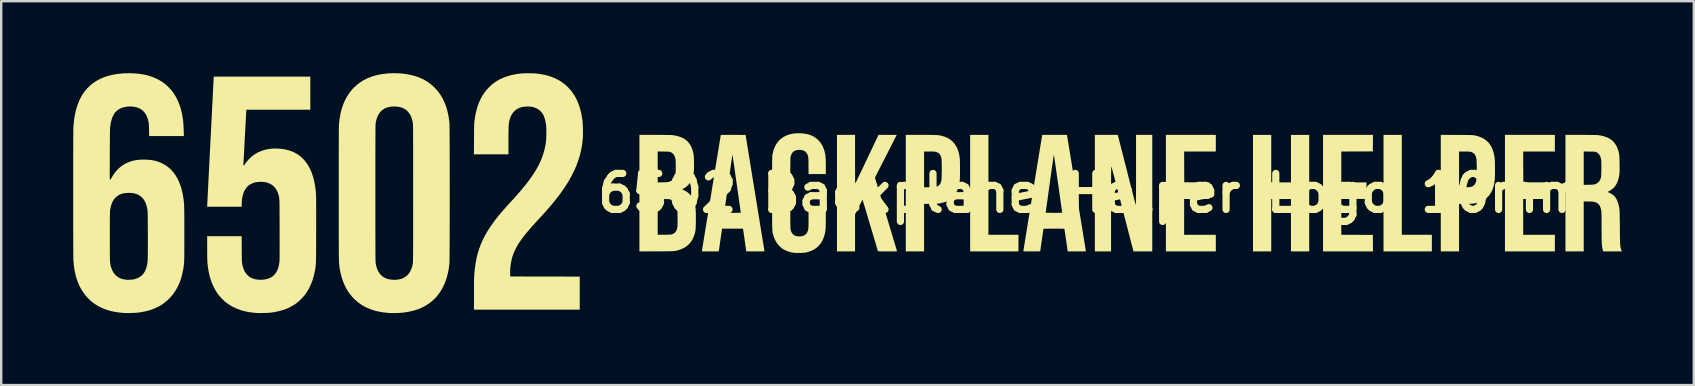
<source format=kicad_pcb>
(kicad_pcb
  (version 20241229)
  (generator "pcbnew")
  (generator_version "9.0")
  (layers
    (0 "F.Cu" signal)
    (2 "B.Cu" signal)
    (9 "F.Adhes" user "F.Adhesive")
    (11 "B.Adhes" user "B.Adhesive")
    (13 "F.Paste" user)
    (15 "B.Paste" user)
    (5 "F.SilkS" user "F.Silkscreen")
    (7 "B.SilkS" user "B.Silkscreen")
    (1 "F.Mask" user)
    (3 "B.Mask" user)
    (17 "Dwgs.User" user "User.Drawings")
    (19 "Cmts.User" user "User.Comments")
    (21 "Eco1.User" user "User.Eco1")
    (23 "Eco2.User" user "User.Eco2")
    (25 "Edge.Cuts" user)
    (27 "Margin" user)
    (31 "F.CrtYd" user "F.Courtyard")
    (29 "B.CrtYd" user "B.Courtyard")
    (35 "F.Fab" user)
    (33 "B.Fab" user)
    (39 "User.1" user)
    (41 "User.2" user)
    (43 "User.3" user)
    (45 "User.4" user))
  (footprint "6502 Backplane Helper Logo 10mm"
    (layer "F.Cu")
    (at 42.474 4.999)
    (property "Reference" "6502 Backplane Helper Logo 10mm" (at 0 0 0) (layer "F.SilkS") (effects (font (size 1.5 1.5) (thickness 0.3))))
    (attr board_only exclude_from_pos_files exclude_from_bom)
    (fp_poly (pts (xy -4.332 -0.347) (xy -4.332 1.735) (xy -3.706 1.735) (xy -3.08 1.735) (xy -3.08 2.081) (xy -3.08 2.428) (xy -4.087 2.428) (xy -5.094 2.428) (xy -5.094 0) (xy -5.094 -2.428) (xy -4.713 -2.428) (xy -4.332 -2.428)) (stroke (width 0) (type solid)) (fill yes) (layer "F.SilkS"))
    (fp_poly (pts (xy 12.895 -0.347) (xy 12.895 1.735) (xy 13.521 1.735) (xy 14.147 1.735) (xy 14.147 2.081) (xy 14.147 2.428) (xy 13.14 2.428) (xy 12.133 2.428) (xy 12.133 0) (xy 12.133 -2.428) (xy 12.514 -2.428) (xy 12.895 -2.428)) (stroke (width 0) (type solid)) (fill yes) (layer "F.SilkS"))
    (fp_poly (pts (xy 5.144 -2.081) (xy 5.144 -1.735) (xy 4.484 -1.735) (xy 3.824 -1.735) (xy 3.826 -1.094) (xy 3.829 -0.453) (xy 4.351 -0.45) (xy 4.874 -0.448) (xy 4.874 -0.101) (xy 4.874 0.245) (xy 4.349 0.245) (xy 3.824 0.245) (xy 3.824 0.99) (xy 3.824 1.735) (xy 4.484 1.735) (xy 5.144 1.735) (xy 5.144 2.081) (xy 5.144 2.428) (xy 4.104 2.428) (xy 3.063 2.428) (xy 3.063 0) (xy 3.063 -2.428) (xy 4.104 -2.428) (xy 5.144 -2.428)) (stroke (width 0) (type solid)) (fill yes) (layer "F.SilkS"))
    (fp_poly (pts (xy 7.454 -1.438) (xy 7.454 -0.448) (xy 7.865 -0.448) (xy 8.275 -0.448) (xy 8.275 -1.438) (xy 8.275 -2.428) (xy 8.656 -2.428) (xy 9.036 -2.428) (xy 9.036 0) (xy 9.036 2.428) (xy 8.656 2.428) (xy 8.275 2.428) (xy 8.275 1.337) (xy 8.275 0.245) (xy 7.865 0.245) (xy 7.454 0.245) (xy 7.454 1.337) (xy 7.454 2.428) (xy 7.073 2.428) (xy 6.693 2.428) (xy 6.693 0) (xy 6.693 -2.428) (xy 7.073 -2.428) (xy 7.454 -2.428)) (stroke (width 0) (type solid)) (fill yes) (layer "F.SilkS"))
    (fp_poly (pts (xy 11.691 -2.084) (xy 11.689 -1.739) (xy 11.031 -1.737) (xy 10.373 -1.734) (xy 10.373 -1.091) (xy 10.373 -0.448) (xy 10.898 -0.448) (xy 11.423 -0.448) (xy 11.42 -0.104) (xy 11.418 0.241) (xy 10.896 0.243) (xy 10.373 0.245) (xy 10.373 0.99) (xy 10.373 1.734) (xy 11.031 1.737) (xy 11.689 1.739) (xy 11.691 2.084) (xy 11.693 2.428) (xy 10.653 2.428) (xy 9.612 2.428) (xy 9.612 0) (xy 9.612 -2.428) (xy 10.653 -2.428) (xy 11.693 -2.428)) (stroke (width 0) (type solid)) (fill yes) (layer "F.SilkS"))
    (fp_poly (pts (xy 19.274 -2.081) (xy 19.274 -1.735) (xy 18.614 -1.735) (xy 17.954 -1.735) (xy 17.956 -1.094) (xy 17.959 -0.453) (xy 18.481 -0.45) (xy 19.003 -0.448) (xy 19.003 -0.101) (xy 19.003 0.245) (xy 18.479 0.245) (xy 17.954 0.245) (xy 17.954 0.99) (xy 17.954 1.735) (xy 18.614 1.735) (xy 19.274 1.735) (xy 19.274 2.081) (xy 19.274 2.428) (xy 18.234 2.428) (xy 17.193 2.428) (xy 17.193 0) (xy 17.193 -2.428) (xy 18.234 -2.428) (xy 19.274 -2.428)) (stroke (width 0) (type solid)) (fill yes) (layer "F.SilkS"))
    (fp_poly (pts (xy 1.069 -2.384) (xy 1.073 -2.371) (xy 1.08 -2.342) (xy 1.091 -2.299) (xy 1.106 -2.243) (xy 1.123 -2.173) (xy 1.144 -2.091) (xy 1.168 -1.999) (xy 1.194 -1.896) (xy 1.223 -1.783) (xy 1.254 -1.663) (xy 1.287 -1.535) (xy 1.321 -1.4) (xy 1.357 -1.259) (xy 1.394 -1.114) (xy 1.43 -0.973) (xy 1.476 -0.792) (xy 1.518 -0.626) (xy 1.556 -0.475) (xy 1.591 -0.339) (xy 1.623 -0.216) (xy 1.651 -0.106) (xy 1.676 -0.008) (xy 1.698 0.078) (xy 1.717 0.154) (xy 1.734 0.22) (xy 1.749 0.276) (xy 1.761 0.324) (xy 1.771 0.363) (xy 1.78 0.396) (xy 1.787 0.422) (xy 1.793 0.442) (xy 1.797 0.458) (xy 1.801 0.469) (xy 1.804 0.476) (xy 1.806 0.48) (xy 1.807 0.482) (xy 1.808 0.483) (xy 1.809 0.483) (xy 1.811 0.482) (xy 1.811 0.482) (xy 1.812 0.474) (xy 1.813 0.449) (xy 1.814 0.407) (xy 1.815 0.349) (xy 1.816 0.276) (xy 1.816 0.186) (xy 1.817 0.082) (xy 1.818 -0.039) (xy 1.818 -0.174) (xy 1.819 -0.323) (xy 1.819 -0.488) (xy 1.819 -0.666) (xy 1.819 -0.859) (xy 1.819 -0.973) (xy 1.819 -2.428) (xy 2.158 -2.428) (xy 2.496 -2.428) (xy 2.496 0) (xy 2.496 2.428) (xy 2.104 2.428) (xy 1.712 2.428) (xy 1.507 1.635) (xy 1.476 1.513) (xy 1.441 1.378) (xy 1.403 1.231) (xy 1.362 1.074) (xy 1.32 0.912) (xy 1.277 0.745) (xy 1.234 0.576) (xy 1.191 0.408) (xy 1.148 0.244) (xy 1.107 0.085) (xy 1.068 -0.065) (xy 1.05 -0.135) (xy 1.018 -0.26) (xy 0.987 -0.381) (xy 0.957 -0.496) (xy 0.928 -0.604) (xy 0.902 -0.705) (xy 0.877 -0.797) (xy 0.855 -0.879) (xy 0.836 -0.951) (xy 0.819 -1.011) (xy 0.806 -1.058) (xy 0.796 -1.092) (xy 0.79 -1.111) (xy 0.788 -1.115) (xy 0.787 -1.111) (xy 0.786 -1.1) (xy 0.785 -1.08) (xy 0.784 -1.05) (xy 0.783 -1.011) (xy 0.782 -0.962) (xy 0.782 -0.902) (xy 0.781 -0.831) (xy 0.781 -0.749) (xy 0.78 -0.654) (xy 0.78 -0.546) (xy 0.779 -0.425) (xy 0.779 -0.291) (xy 0.779 -0.142) (xy 0.779 0.022) (xy 0.779 0.2) (xy 0.778 0.395) (xy 0.778 0.606) (xy 0.778 0.655) (xy 0.778 2.428) (xy 0.44 2.428) (xy 0.102 2.428) (xy 0.102 0) (xy 0.102 -2.428) (xy 0.579 -2.428) (xy 1.056 -2.428)) (stroke (width 0) (type solid)) (fill yes) (layer "F.SilkS"))
    (fp_poly (pts (xy -7.026 -2.428) (xy -6.914 -2.428) (xy -6.816 -2.428) (xy -6.73 -2.427) (xy -6.656 -2.426) (xy -6.592 -2.424) (xy -6.538 -2.422) (xy -6.49 -2.42) (xy -6.448 -2.417) (xy -6.412 -2.413) (xy -6.378 -2.408) (xy -6.347 -2.403) (xy -6.316 -2.396) (xy -6.284 -2.389) (xy -6.26 -2.383) (xy -6.139 -2.345) (xy -6.031 -2.298) (xy -5.934 -2.239) (xy -5.846 -2.169) (xy -5.796 -2.118) (xy -5.727 -2.033) (xy -5.668 -1.94) (xy -5.619 -1.838) (xy -5.58 -1.725) (xy -5.55 -1.601) (xy -5.528 -1.463) (xy -5.525 -1.434) (xy -5.523 -1.405) (xy -5.521 -1.361) (xy -5.52 -1.305) (xy -5.518 -1.239) (xy -5.518 -1.165) (xy -5.517 -1.087) (xy -5.517 -1.005) (xy -5.517 -0.923) (xy -5.517 -0.843) (xy -5.518 -0.767) (xy -5.519 -0.698) (xy -5.521 -0.638) (xy -5.523 -0.588) (xy -5.525 -0.553) (xy -5.525 -0.543) (xy -5.546 -0.4) (xy -5.576 -0.271) (xy -5.615 -0.154) (xy -5.664 -0.048) (xy -5.723 0.048) (xy -5.794 0.135) (xy -5.798 0.14) (xy -5.869 0.209) (xy -5.944 0.266) (xy -6.028 0.316) (xy -6.049 0.326) (xy -6.114 0.357) (xy -6.179 0.382) (xy -6.246 0.402) (xy -6.318 0.418) (xy -6.396 0.431) (xy -6.483 0.44) (xy -6.581 0.445) (xy -6.692 0.448) (xy -6.775 0.448) (xy -7.014 0.448) (xy -7.014 1.438) (xy -7.014 2.428) (xy -7.395 2.428) (xy -7.776 2.428) (xy -7.776 0) (xy -7.776 -0.99) (xy -7.014 -0.99) (xy -7.014 -0.245) (xy -6.792 -0.245) (xy -6.712 -0.246) (xy -6.648 -0.247) (xy -6.598 -0.249) (xy -6.561 -0.252) (xy -6.535 -0.255) (xy -6.528 -0.257) (xy -6.46 -0.282) (xy -6.404 -0.317) (xy -6.359 -0.363) (xy -6.325 -0.422) (xy -6.3 -0.494) (xy -6.291 -0.532) (xy -6.288 -0.561) (xy -6.285 -0.604) (xy -6.282 -0.66) (xy -6.28 -0.726) (xy -6.278 -0.799) (xy -6.277 -0.878) (xy -6.277 -0.96) (xy -6.277 -1.043) (xy -6.277 -1.124) (xy -6.279 -1.201) (xy -6.28 -1.273) (xy -6.282 -1.336) (xy -6.285 -1.388) (xy -6.288 -1.427) (xy -6.291 -1.445) (xy -6.31 -1.522) (xy -6.338 -1.585) (xy -6.373 -1.636) (xy -6.42 -1.675) (xy -6.477 -1.704) (xy -6.515 -1.718) (xy -6.535 -1.723) (xy -6.554 -1.727) (xy -6.577 -1.73) (xy -6.605 -1.732) (xy -6.641 -1.733) (xy -6.688 -1.734) (xy -6.747 -1.734) (xy -6.793 -1.735) (xy -7.014 -1.735) (xy -7.014 -0.99) (xy -7.776 -0.99) (xy -7.776 -2.428) (xy -7.154 -2.428)) (stroke (width 0) (type solid)) (fill yes) (layer "F.SilkS"))
    (fp_poly (pts (xy 15.185 -2.426) (xy 15.31 -2.425) (xy 15.418 -2.425) (xy 15.513 -2.424) (xy 15.593 -2.423) (xy 15.662 -2.422) (xy 15.72 -2.421) (xy 15.768 -2.42) (xy 15.808 -2.419) (xy 15.84 -2.417) (xy 15.866 -2.416) (xy 15.888 -2.414) (xy 15.906 -2.411) (xy 15.921 -2.409) (xy 15.924 -2.408) (xy 16.062 -2.374) (xy 16.186 -2.33) (xy 16.298 -2.275) (xy 16.398 -2.208) (xy 16.485 -2.131) (xy 16.561 -2.041) (xy 16.625 -1.939) (xy 16.677 -1.825) (xy 16.719 -1.698) (xy 16.75 -1.558) (xy 16.752 -1.548) (xy 16.759 -1.502) (xy 16.765 -1.453) (xy 16.769 -1.397) (xy 16.773 -1.333) (xy 16.775 -1.26) (xy 16.777 -1.175) (xy 16.778 -1.077) (xy 16.778 -0.99) (xy 16.778 -0.88) (xy 16.777 -0.786) (xy 16.775 -0.704) (xy 16.772 -0.633) (xy 16.768 -0.57) (xy 16.763 -0.515) (xy 16.757 -0.464) (xy 16.749 -0.415) (xy 16.748 -0.406) (xy 16.716 -0.267) (xy 16.672 -0.141) (xy 16.616 -0.026) (xy 16.549 0.076) (xy 16.47 0.166) (xy 16.38 0.244) (xy 16.279 0.309) (xy 16.166 0.361) (xy 16.042 0.401) (xy 16.02 0.407) (xy 15.965 0.419) (xy 15.911 0.429) (xy 15.855 0.436) (xy 15.795 0.441) (xy 15.727 0.445) (xy 15.648 0.447) (xy 15.556 0.448) (xy 15.524 0.448) (xy 15.281 0.448) (xy 15.281 1.438) (xy 15.281 2.428) (xy 14.9 2.428) (xy 14.519 2.428) (xy 14.519 -0.000426) (xy 14.519 -0.99) (xy 15.281 -0.99) (xy 15.281 -0.245) (xy 15.497 -0.245) (xy 15.57 -0.246) (xy 15.628 -0.246) (xy 15.674 -0.248) (xy 15.709 -0.25) (xy 15.737 -0.253) (xy 15.759 -0.257) (xy 15.766 -0.259) (xy 15.811 -0.272) (xy 15.846 -0.288) (xy 15.878 -0.309) (xy 15.907 -0.335) (xy 15.943 -0.377) (xy 15.971 -0.428) (xy 15.992 -0.492) (xy 16.004 -0.555) (xy 16.008 -0.59) (xy 16.011 -0.639) (xy 16.013 -0.7) (xy 16.015 -0.77) (xy 16.017 -0.848) (xy 16.017 -0.929) (xy 16.018 -1.013) (xy 16.017 -1.095) (xy 16.016 -1.175) (xy 16.014 -1.249) (xy 16.012 -1.314) (xy 16.009 -1.369) (xy 16.006 -1.411) (xy 16.004 -1.425) (xy 15.987 -1.504) (xy 15.962 -1.569) (xy 15.929 -1.622) (xy 15.885 -1.664) (xy 15.843 -1.69) (xy 15.817 -1.703) (xy 15.792 -1.713) (xy 15.766 -1.721) (xy 15.736 -1.726) (xy 15.7 -1.73) (xy 15.656 -1.733) (xy 15.601 -1.734) (xy 15.532 -1.734) (xy 15.498 -1.734) (xy 15.281 -1.735) (xy 15.281 -0.99) (xy 14.519 -0.99) (xy 14.519 -2.429)) (stroke (width 0) (type solid)) (fill yes) (layer "F.SilkS"))
    (fp_poly (pts (xy -9.891 -1.408) (xy -9.891 -1.278) (xy -9.891 -1.154) (xy -9.89 -1.034) (xy -9.89 -0.922) (xy -9.89 -0.818) (xy -9.889 -0.723) (xy -9.889 -0.638) (xy -9.888 -0.563) (xy -9.887 -0.501) (xy -9.886 -0.452) (xy -9.886 -0.417) (xy -9.885 -0.397) (xy -9.884 -0.392) (xy -9.88 -0.4) (xy -9.869 -0.423) (xy -9.851 -0.459) (xy -9.828 -0.507) (xy -9.799 -0.568) (xy -9.764 -0.639) (xy -9.726 -0.72) (xy -9.682 -0.81) (xy -9.636 -0.908) (xy -9.585 -1.013) (xy -9.532 -1.125) (xy -9.476 -1.243) (xy -9.419 -1.364) (xy -9.396 -1.412) (xy -8.914 -2.428) (xy -8.535 -2.428) (xy -8.457 -2.428) (xy -8.384 -2.428) (xy -8.319 -2.428) (xy -8.262 -2.427) (xy -8.216 -2.427) (xy -8.181 -2.426) (xy -8.161 -2.426) (xy -8.156 -2.425) (xy -8.16 -2.417) (xy -8.171 -2.395) (xy -8.189 -2.36) (xy -8.213 -2.313) (xy -8.243 -2.254) (xy -8.278 -2.185) (xy -8.318 -2.106) (xy -8.362 -2.019) (xy -8.41 -1.924) (xy -8.462 -1.823) (xy -8.516 -1.715) (xy -8.573 -1.604) (xy -8.609 -1.534) (xy -9.061 -0.646) (xy -8.604 0.876) (xy -8.558 1.032) (xy -8.512 1.184) (xy -8.468 1.331) (xy -8.426 1.472) (xy -8.385 1.606) (xy -8.347 1.733) (xy -8.312 1.851) (xy -8.279 1.961) (xy -8.249 2.06) (xy -8.222 2.149) (xy -8.199 2.227) (xy -8.18 2.292) (xy -8.164 2.344) (xy -8.153 2.382) (xy -8.145 2.406) (xy -8.143 2.414) (xy -8.143 2.417) (xy -8.145 2.42) (xy -8.152 2.422) (xy -8.164 2.424) (xy -8.182 2.425) (xy -8.21 2.427) (xy -8.246 2.427) (xy -8.294 2.428) (xy -8.355 2.428) (xy -8.429 2.428) (xy -8.519 2.428) (xy -8.536 2.428) (xy -8.632 2.428) (xy -8.713 2.428) (xy -8.779 2.427) (xy -8.832 2.427) (xy -8.873 2.425) (xy -8.903 2.424) (xy -8.922 2.422) (xy -8.933 2.42) (xy -8.937 2.418) (xy -8.94 2.408) (xy -8.947 2.384) (xy -8.959 2.345) (xy -8.974 2.293) (xy -8.994 2.228) (xy -9.016 2.152) (xy -9.042 2.066) (xy -9.071 1.97) (xy -9.102 1.866) (xy -9.135 1.754) (xy -9.17 1.635) (xy -9.207 1.511) (xy -9.246 1.382) (xy -9.257 1.345) (xy -9.295 1.215) (xy -9.333 1.09) (xy -9.368 0.97) (xy -9.402 0.856) (xy -9.434 0.75) (xy -9.464 0.651) (xy -9.49 0.563) (xy -9.514 0.484) (xy -9.535 0.416) (xy -9.552 0.361) (xy -9.565 0.319) (xy -9.573 0.291) (xy -9.578 0.277) (xy -9.578 0.276) (xy -9.583 0.282) (xy -9.595 0.302) (xy -9.612 0.333) (xy -9.634 0.375) (xy -9.661 0.427) (xy -9.69 0.485) (xy -9.723 0.55) (xy -9.738 0.58) (xy -9.891 0.891) (xy -9.891 1.659) (xy -9.891 2.428) (xy -10.267 2.428) (xy -10.644 2.428) (xy -10.644 0) (xy -10.644 -2.428) (xy -10.267 -2.428) (xy -9.891 -2.428)) (stroke (width 0) (type solid)) (fill yes) (layer "F.SilkS"))
    (fp_poly (pts (xy 20.459 -2.428) (xy 20.57 -2.428) (xy 20.673 -2.427) (xy 20.766 -2.426) (xy 20.848 -2.425) (xy 20.918 -2.424) (xy 20.976 -2.423) (xy 21.018 -2.422) (xy 21.046 -2.42) (xy 21.049 -2.42) (xy 21.192 -2.399) (xy 21.321 -2.369) (xy 21.437 -2.329) (xy 21.54 -2.28) (xy 21.631 -2.219) (xy 21.711 -2.147) (xy 21.779 -2.064) (xy 21.838 -1.97) (xy 21.886 -1.863) (xy 21.905 -1.811) (xy 21.92 -1.765) (xy 21.932 -1.722) (xy 21.942 -1.679) (xy 21.95 -1.635) (xy 21.957 -1.587) (xy 21.961 -1.533) (xy 21.965 -1.47) (xy 21.968 -1.397) (xy 21.97 -1.311) (xy 21.971 -1.233) (xy 21.972 -1.126) (xy 21.972 -1.034) (xy 21.971 -0.955) (xy 21.969 -0.887) (xy 21.965 -0.827) (xy 21.96 -0.774) (xy 21.953 -0.725) (xy 21.945 -0.679) (xy 21.939 -0.652) (xy 21.908 -0.538) (xy 21.869 -0.436) (xy 21.821 -0.346) (xy 21.763 -0.265) (xy 21.732 -0.23) (xy 21.696 -0.195) (xy 21.651 -0.159) (xy 21.603 -0.124) (xy 21.555 -0.094) (xy 21.514 -0.073) (xy 21.51 -0.072) (xy 21.489 -0.061) (xy 21.477 -0.052) (xy 21.476 -0.049) (xy 21.485 -0.042) (xy 21.505 -0.032) (xy 21.533 -0.019) (xy 21.54 -0.017) (xy 21.624 0.024) (xy 21.697 0.073) (xy 21.76 0.133) (xy 21.814 0.204) (xy 21.861 0.288) (xy 21.9 0.386) (xy 21.927 0.477) (xy 21.935 0.508) (xy 21.942 0.538) (xy 21.949 0.567) (xy 21.954 0.597) (xy 21.959 0.629) (xy 21.963 0.665) (xy 21.966 0.705) (xy 21.969 0.751) (xy 21.972 0.804) (xy 21.974 0.866) (xy 21.975 0.937) (xy 21.977 1.019) (xy 21.978 1.114) (xy 21.98 1.222) (xy 21.981 1.344) (xy 21.982 1.438) (xy 21.983 1.571) (xy 21.984 1.688) (xy 21.985 1.791) (xy 21.987 1.88) (xy 21.988 1.957) (xy 21.99 2.023) (xy 21.992 2.08) (xy 21.995 2.129) (xy 21.998 2.17) (xy 22.001 2.205) (xy 22.006 2.235) (xy 22.01 2.262) (xy 22.016 2.286) (xy 22.023 2.31) (xy 22.03 2.333) (xy 22.039 2.358) (xy 22.039 2.359) (xy 22.064 2.428) (xy 21.677 2.428) (xy 21.29 2.428) (xy 21.272 2.367) (xy 21.264 2.335) (xy 21.256 2.304) (xy 21.249 2.272) (xy 21.243 2.238) (xy 21.238 2.201) (xy 21.234 2.16) (xy 21.23 2.112) (xy 21.227 2.058) (xy 21.225 1.995) (xy 21.223 1.923) (xy 21.222 1.84) (xy 21.221 1.745) (xy 21.221 1.636) (xy 21.221 1.513) (xy 21.22 1.405) (xy 21.22 1.306) (xy 21.22 1.211) (xy 21.219 1.121) (xy 21.218 1.037) (xy 21.217 0.962) (xy 21.216 0.896) (xy 21.215 0.842) (xy 21.214 0.801) (xy 21.212 0.775) (xy 21.212 0.77) (xy 21.196 0.673) (xy 21.172 0.59) (xy 21.139 0.52) (xy 21.096 0.464) (xy 21.044 0.419) (xy 20.981 0.386) (xy 20.906 0.364) (xy 20.884 0.359) (xy 20.846 0.354) (xy 20.793 0.351) (xy 20.728 0.348) (xy 20.654 0.347) (xy 20.647 0.347) (xy 20.476 0.347) (xy 20.476 1.388) (xy 20.476 2.428) (xy 20.095 2.428) (xy 19.714 2.428) (xy 19.714 0) (xy 19.714 -1.04) (xy 20.476 -1.04) (xy 20.476 -0.345) (xy 20.681 -0.349) (xy 20.748 -0.35) (xy 20.801 -0.352) (xy 20.841 -0.354) (xy 20.873 -0.356) (xy 20.898 -0.36) (xy 20.918 -0.364) (xy 20.938 -0.37) (xy 20.939 -0.37) (xy 21.012 -0.401) (xy 21.073 -0.443) (xy 21.123 -0.496) (xy 21.162 -0.561) (xy 21.191 -0.639) (xy 21.196 -0.664) (xy 21.2 -0.704) (xy 21.204 -0.756) (xy 21.207 -0.817) (xy 21.209 -0.886) (xy 21.21 -0.959) (xy 21.211 -1.035) (xy 21.212 -1.111) (xy 21.211 -1.184) (xy 21.21 -1.253) (xy 21.208 -1.314) (xy 21.205 -1.366) (xy 21.201 -1.406) (xy 21.199 -1.42) (xy 21.177 -1.504) (xy 21.145 -1.575) (xy 21.102 -1.635) (xy 21.05 -1.68) (xy 20.994 -1.711) (xy 20.978 -1.716) (xy 20.963 -1.721) (xy 20.946 -1.724) (xy 20.924 -1.727) (xy 20.896 -1.729) (xy 20.858 -1.73) (xy 20.81 -1.731) (xy 20.748 -1.732) (xy 20.71 -1.733) (xy 20.476 -1.736) (xy 20.476 -1.04) (xy 19.714 -1.04) (xy 19.714 -2.428) (xy 20.341 -2.428)) (stroke (width 0) (type solid)) (fill yes) (layer "F.SilkS"))
    (fp_poly (pts (xy -18.122 -2.428) (xy -18.01 -2.428) (xy -17.906 -2.427) (xy -17.812 -2.426) (xy -17.729 -2.426) (xy -17.658 -2.424) (xy -17.6 -2.423) (xy -17.557 -2.422) (xy -17.529 -2.42) (xy -17.525 -2.42) (xy -17.38 -2.399) (xy -17.25 -2.368) (xy -17.132 -2.327) (xy -17.028 -2.276) (xy -16.935 -2.213) (xy -16.855 -2.139) (xy -16.786 -2.054) (xy -16.728 -1.956) (xy -16.681 -1.846) (xy -16.643 -1.723) (xy -16.621 -1.616) (xy -16.616 -1.581) (xy -16.612 -1.531) (xy -16.609 -1.47) (xy -16.606 -1.401) (xy -16.604 -1.327) (xy -16.602 -1.251) (xy -16.601 -1.175) (xy -16.601 -1.102) (xy -16.603 -1.036) (xy -16.605 -0.979) (xy -16.607 -0.934) (xy -16.608 -0.929) (xy -16.626 -0.799) (xy -16.654 -0.679) (xy -16.691 -0.571) (xy -16.737 -0.477) (xy -16.788 -0.401) (xy -16.853 -0.329) (xy -16.927 -0.263) (xy -17.007 -0.209) (xy -17.051 -0.185) (xy -17.073 -0.173) (xy -17.087 -0.163) (xy -17.089 -0.159) (xy -17.081 -0.152) (xy -17.061 -0.142) (xy -17.033 -0.128) (xy -17.022 -0.124) (xy -16.925 -0.072) (xy -16.836 -0.007) (xy -16.757 0.07) (xy -16.69 0.158) (xy -16.636 0.255) (xy -16.616 0.3) (xy -16.596 0.355) (xy -16.579 0.407) (xy -16.565 0.459) (xy -16.553 0.513) (xy -16.544 0.571) (xy -16.537 0.634) (xy -16.532 0.706) (xy -16.528 0.787) (xy -16.526 0.879) (xy -16.525 0.985) (xy -16.525 1.069) (xy -16.525 1.176) (xy -16.526 1.269) (xy -16.528 1.349) (xy -16.53 1.418) (xy -16.534 1.478) (xy -16.539 1.531) (xy -16.546 1.579) (xy -16.555 1.624) (xy -16.565 1.668) (xy -16.578 1.712) (xy -16.589 1.747) (xy -16.636 1.868) (xy -16.694 1.978) (xy -16.765 2.076) (xy -16.848 2.161) (xy -16.943 2.236) (xy -17.05 2.298) (xy -17.169 2.349) (xy -17.301 2.389) (xy -17.375 2.405) (xy -17.392 2.408) (xy -17.409 2.411) (xy -17.427 2.413) (xy -17.447 2.415) (xy -17.47 2.417) (xy -17.498 2.419) (xy -17.532 2.42) (xy -17.573 2.421) (xy -17.623 2.422) (xy -17.682 2.423) (xy -17.751 2.424) (xy -17.833 2.424) (xy -17.927 2.425) (xy -18.036 2.425) (xy -18.161 2.426) (xy -18.172 2.426) (xy -18.877 2.429) (xy -18.877 0.99) (xy -18.115 0.99) (xy -18.115 1.735) (xy -17.838 1.733) (xy -17.759 1.732) (xy -17.695 1.731) (xy -17.644 1.729) (xy -17.605 1.728) (xy -17.574 1.725) (xy -17.551 1.723) (xy -17.533 1.72) (xy -17.518 1.715) (xy -17.518 1.715) (xy -17.452 1.685) (xy -17.396 1.642) (xy -17.352 1.587) (xy -17.322 1.523) (xy -17.321 1.519) (xy -17.312 1.491) (xy -17.305 1.464) (xy -17.299 1.437) (xy -17.295 1.406) (xy -17.291 1.371) (xy -17.289 1.329) (xy -17.287 1.279) (xy -17.287 1.218) (xy -17.287 1.146) (xy -17.287 1.06) (xy -17.288 0.99) (xy -17.289 0.902) (xy -17.29 0.828) (xy -17.291 0.768) (xy -17.292 0.72) (xy -17.293 0.681) (xy -17.295 0.65) (xy -17.297 0.625) (xy -17.3 0.604) (xy -17.304 0.586) (xy -17.308 0.568) (xy -17.31 0.561) (xy -17.337 0.477) (xy -17.374 0.408) (xy -17.42 0.353) (xy -17.477 0.309) (xy -17.545 0.277) (xy -17.613 0.258) (xy -17.64 0.254) (xy -17.675 0.25) (xy -17.722 0.248) (xy -17.78 0.246) (xy -17.853 0.246) (xy -17.893 0.246) (xy -18.115 0.245) (xy -18.115 0.99) (xy -18.877 0.99) (xy -18.877 0.000405) (xy -18.877 -1.091) (xy -18.115 -1.091) (xy -18.115 -0.446) (xy -17.91 -0.451) (xy -17.835 -0.453) (xy -17.774 -0.455) (xy -17.727 -0.458) (xy -17.691 -0.462) (xy -17.663 -0.467) (xy -17.655 -0.469) (xy -17.579 -0.497) (xy -17.515 -0.535) (xy -17.463 -0.585) (xy -17.422 -0.647) (xy -17.39 -0.723) (xy -17.382 -0.749) (xy -17.377 -0.776) (xy -17.372 -0.817) (xy -17.369 -0.87) (xy -17.366 -0.931) (xy -17.364 -0.999) (xy -17.363 -1.07) (xy -17.362 -1.142) (xy -17.363 -1.212) (xy -17.364 -1.277) (xy -17.367 -1.334) (xy -17.37 -1.382) (xy -17.374 -1.416) (xy -17.396 -1.501) (xy -17.428 -1.573) (xy -17.47 -1.633) (xy -17.522 -1.679) (xy -17.58 -1.711) (xy -17.595 -1.716) (xy -17.61 -1.721) (xy -17.627 -1.724) (xy -17.648 -1.727) (xy -17.676 -1.729) (xy -17.712 -1.73) (xy -17.76 -1.731) (xy -17.82 -1.732) (xy -17.872 -1.733) (xy -18.115 -1.736) (xy -18.115 -1.091) (xy -18.877 -1.091) (xy -18.877 -2.428) (xy -18.242 -2.428)) (stroke (width 0) (type solid)) (fill yes) (layer "F.SilkS"))
    (fp_poly (pts (xy -23.416 -4.995) (xy -23.341 -4.993) (xy -23.272 -4.991) (xy -23.214 -4.988) (xy -23.175 -4.985) (xy -22.973 -4.957) (xy -22.783 -4.919) (xy -22.605 -4.869) (xy -22.439 -4.807) (xy -22.284 -4.733) (xy -22.139 -4.648) (xy -22.004 -4.55) (xy -21.879 -4.439) (xy -21.763 -4.316) (xy -21.724 -4.269) (xy -21.623 -4.131) (xy -21.533 -3.982) (xy -21.455 -3.82) (xy -21.388 -3.645) (xy -21.332 -3.459) (xy -21.287 -3.259) (xy -21.253 -3.047) (xy -21.25 -3.021) (xy -21.244 -2.966) (xy -21.24 -2.899) (xy -21.236 -2.821) (xy -21.233 -2.736) (xy -21.231 -2.647) (xy -21.23 -2.558) (xy -21.23 -2.472) (xy -21.231 -2.393) (xy -21.233 -2.323) (xy -21.237 -2.269) (xy -21.262 -2.039) (xy -21.302 -1.812) (xy -21.355 -1.588) (xy -21.423 -1.365) (xy -21.505 -1.142) (xy -21.602 -0.92) (xy -21.715 -0.697) (xy -21.843 -0.473) (xy -21.987 -0.246) (xy -22.142 -0.025) (xy -22.227 0.09) (xy -22.315 0.205) (xy -22.407 0.322) (xy -22.504 0.44) (xy -22.607 0.562) (xy -22.718 0.69) (xy -22.838 0.826) (xy -22.968 0.969) (xy -23.073 1.083) (xy -23.192 1.212) (xy -23.3 1.331) (xy -23.397 1.441) (xy -23.485 1.542) (xy -23.565 1.636) (xy -23.637 1.724) (xy -23.703 1.807) (xy -23.764 1.887) (xy -23.819 1.964) (xy -23.871 2.04) (xy -23.921 2.116) (xy -23.928 2.128) (xy -24.024 2.295) (xy -24.104 2.466) (xy -24.168 2.641) (xy -24.215 2.821) (xy -24.247 3.006) (xy -24.263 3.198) (xy -24.265 3.367) (xy -24.262 3.473) (xy -22.813 3.475) (xy -21.364 3.478) (xy -21.364 4.167) (xy -21.364 4.857) (xy -23.568 4.857) (xy -25.772 4.857) (xy -25.772 4.216) (xy -25.772 4.078) (xy -25.772 3.956) (xy -25.771 3.848) (xy -25.77 3.754) (xy -25.769 3.671) (xy -25.768 3.6) (xy -25.766 3.537) (xy -25.764 3.483) (xy -25.762 3.436) (xy -25.76 3.401) (xy -25.738 3.165) (xy -25.708 2.94) (xy -25.668 2.726) (xy -25.618 2.521) (xy -25.557 2.322) (xy -25.485 2.128) (xy -25.4 1.938) (xy -25.303 1.748) (xy -25.192 1.559) (xy -25.067 1.368) (xy -24.927 1.172) (xy -24.885 1.117) (xy -24.821 1.034) (xy -24.756 0.952) (xy -24.688 0.87) (xy -24.616 0.784) (xy -24.538 0.695) (xy -24.452 0.598) (xy -24.358 0.494) (xy -24.254 0.381) (xy -24.08 0.191) (xy -23.92 0.01) (xy -23.772 -0.163) (xy -23.637 -0.328) (xy -23.514 -0.487) (xy -23.401 -0.64) (xy -23.3 -0.788) (xy -23.208 -0.932) (xy -23.127 -1.073) (xy -23.054 -1.212) (xy -22.991 -1.349) (xy -22.935 -1.486) (xy -22.888 -1.622) (xy -22.847 -1.76) (xy -22.814 -1.9) (xy -22.787 -2.042) (xy -22.771 -2.141) (xy -22.766 -2.186) (xy -22.762 -2.245) (xy -22.759 -2.314) (xy -22.757 -2.39) (xy -22.756 -2.47) (xy -22.756 -2.55) (xy -22.756 -2.629) (xy -22.758 -2.701) (xy -22.761 -2.765) (xy -22.764 -2.817) (xy -22.767 -2.843) (xy -22.786 -2.957) (xy -22.81 -3.062) (xy -22.838 -3.156) (xy -22.87 -3.236) (xy -22.906 -3.302) (xy -22.911 -3.31) (xy -22.974 -3.392) (xy -23.047 -3.461) (xy -23.13 -3.516) (xy -23.224 -3.56) (xy -23.33 -3.591) (xy -23.357 -3.597) (xy -23.407 -3.604) (xy -23.469 -3.608) (xy -23.538 -3.609) (xy -23.609 -3.607) (xy -23.676 -3.602) (xy -23.736 -3.595) (xy -23.767 -3.589) (xy -23.872 -3.557) (xy -23.966 -3.512) (xy -24.05 -3.453) (xy -24.123 -3.382) (xy -24.185 -3.298) (xy -24.237 -3.201) (xy -24.277 -3.091) (xy -24.3 -2.999) (xy -24.307 -2.967) (xy -24.312 -2.935) (xy -24.317 -2.902) (xy -24.321 -2.866) (xy -24.324 -2.825) (xy -24.327 -2.78) (xy -24.329 -2.727) (xy -24.331 -2.666) (xy -24.332 -2.595) (xy -24.333 -2.513) (xy -24.334 -2.418) (xy -24.334 -2.309) (xy -24.334 -2.184) (xy -24.334 -2.182) (xy -24.334 -1.616) (xy -25.054 -1.616) (xy -25.774 -1.616) (xy -25.77 -2.253) (xy -25.769 -2.377) (xy -25.769 -2.485) (xy -25.768 -2.579) (xy -25.767 -2.661) (xy -25.766 -2.73) (xy -25.765 -2.79) (xy -25.763 -2.84) (xy -25.762 -2.883) (xy -25.76 -2.919) (xy -25.758 -2.951) (xy -25.755 -2.978) (xy -25.752 -3.004) (xy -25.752 -3.008) (xy -25.721 -3.215) (xy -25.68 -3.409) (xy -25.63 -3.591) (xy -25.57 -3.76) (xy -25.499 -3.918) (xy -25.418 -4.066) (xy -25.325 -4.203) (xy -25.221 -4.332) (xy -25.107 -4.451) (xy -24.983 -4.559) (xy -24.848 -4.656) (xy -24.703 -4.74) (xy -24.546 -4.813) (xy -24.378 -4.874) (xy -24.199 -4.923) (xy -24.007 -4.961) (xy -23.826 -4.985) (xy -23.78 -4.989) (xy -23.721 -4.992) (xy -23.651 -4.994) (xy -23.575 -4.995) (xy -23.496 -4.995)) (stroke (width 0) (type solid)) (fill yes) (layer "F.SilkS"))
    (fp_poly (pts (xy -12.114 -2.492) (xy -12 -2.48) (xy -11.894 -2.462) (xy -11.799 -2.437) (xy -11.795 -2.436) (xy -11.677 -2.389) (xy -11.568 -2.328) (xy -11.47 -2.254) (xy -11.383 -2.169) (xy -11.308 -2.071) (xy -11.244 -1.962) (xy -11.193 -1.842) (xy -11.17 -1.768) (xy -11.156 -1.716) (xy -11.144 -1.667) (xy -11.134 -1.618) (xy -11.127 -1.568) (xy -11.121 -1.514) (xy -11.116 -1.454) (xy -11.113 -1.387) (xy -11.111 -1.309) (xy -11.11 -1.218) (xy -11.109 -1.114) (xy -11.109 -1.106) (xy -11.109 -0.795) (xy -11.468 -0.795) (xy -11.827 -0.795) (xy -11.831 -1.14) (xy -11.831 -1.228) (xy -11.832 -1.301) (xy -11.833 -1.361) (xy -11.835 -1.409) (xy -11.836 -1.447) (xy -11.838 -1.476) (xy -11.841 -1.499) (xy -11.844 -1.518) (xy -11.848 -1.533) (xy -11.848 -1.536) (xy -11.877 -1.614) (xy -11.914 -1.677) (xy -11.961 -1.728) (xy -12.018 -1.765) (xy -12.086 -1.791) (xy -12.095 -1.793) (xy -12.123 -1.798) (xy -12.161 -1.801) (xy -12.203 -1.803) (xy -12.218 -1.803) (xy -12.302 -1.797) (xy -12.375 -1.778) (xy -12.437 -1.746) (xy -12.489 -1.701) (xy -12.53 -1.643) (xy -12.562 -1.571) (xy -12.581 -1.499) (xy -12.582 -1.486) (xy -12.583 -1.46) (xy -12.584 -1.421) (xy -12.585 -1.368) (xy -12.586 -1.302) (xy -12.587 -1.221) (xy -12.588 -1.126) (xy -12.588 -1.016) (xy -12.589 -0.891) (xy -12.589 -0.75) (xy -12.59 -0.594) (xy -12.59 -0.422) (xy -12.59 -0.234) (xy -12.59 -0.029) (xy -12.59 -0.000137) (xy -12.59 0.188) (xy -12.59 0.359) (xy -12.59 0.516) (xy -12.59 0.657) (xy -12.589 0.785) (xy -12.589 0.899) (xy -12.589 1.001) (xy -12.588 1.09) (xy -12.588 1.169) (xy -12.587 1.238) (xy -12.587 1.297) (xy -12.586 1.347) (xy -12.585 1.389) (xy -12.584 1.424) (xy -12.583 1.452) (xy -12.582 1.474) (xy -12.581 1.492) (xy -12.579 1.504) (xy -12.578 1.512) (xy -12.555 1.593) (xy -12.521 1.66) (xy -12.478 1.714) (xy -12.424 1.755) (xy -12.359 1.783) (xy -12.283 1.799) (xy -12.218 1.803) (xy -12.131 1.798) (xy -12.056 1.781) (xy -11.993 1.752) (xy -11.94 1.711) (xy -11.898 1.657) (xy -11.877 1.617) (xy -11.867 1.593) (xy -11.858 1.57) (xy -11.851 1.546) (xy -11.845 1.52) (xy -11.84 1.489) (xy -11.836 1.452) (xy -11.834 1.408) (xy -11.832 1.355) (xy -11.83 1.292) (xy -11.829 1.216) (xy -11.829 1.127) (xy -11.829 1.026) (xy -11.829 0.618) (xy -11.469 0.618) (xy -11.109 0.618) (xy -11.109 1.017) (xy -11.11 1.131) (xy -11.11 1.229) (xy -11.111 1.313) (xy -11.113 1.387) (xy -11.116 1.45) (xy -11.12 1.506) (xy -11.125 1.556) (xy -11.131 1.602) (xy -11.139 1.645) (xy -11.149 1.688) (xy -11.16 1.732) (xy -11.17 1.768) (xy -11.214 1.896) (xy -11.27 2.011) (xy -11.338 2.115) (xy -11.418 2.207) (xy -11.51 2.287) (xy -11.613 2.354) (xy -11.728 2.409) (xy -11.854 2.452) (xy -11.935 2.471) (xy -11.982 2.479) (xy -12.042 2.485) (xy -12.111 2.489) (xy -12.184 2.492) (xy -12.258 2.493) (xy -12.329 2.493) (xy -12.392 2.49) (xy -12.443 2.486) (xy -12.455 2.484) (xy -12.588 2.457) (xy -12.71 2.419) (xy -12.82 2.372) (xy -12.916 2.316) (xy -12.952 2.29) (xy -13.04 2.212) (xy -13.118 2.121) (xy -13.187 2.019) (xy -13.244 1.907) (xy -13.288 1.788) (xy -13.296 1.762) (xy -13.302 1.741) (xy -13.308 1.721) (xy -13.313 1.702) (xy -13.318 1.684) (xy -13.322 1.666) (xy -13.326 1.647) (xy -13.329 1.627) (xy -13.332 1.603) (xy -13.335 1.577) (xy -13.337 1.546) (xy -13.339 1.51) (xy -13.341 1.469) (xy -13.343 1.421) (xy -13.344 1.366) (xy -13.345 1.303) (xy -13.346 1.231) (xy -13.346 1.149) (xy -13.347 1.057) (xy -13.347 0.954) (xy -13.347 0.839) (xy -13.347 0.711) (xy -13.347 0.569) (xy -13.347 0.414) (xy -13.347 0.243) (xy -13.347 0.056) (xy -13.347 0) (xy -13.347 -0.189) (xy -13.347 -0.362) (xy -13.347 -0.52) (xy -13.347 -0.663) (xy -13.347 -0.792) (xy -13.347 -0.908) (xy -13.347 -1.012) (xy -13.346 -1.104) (xy -13.346 -1.186) (xy -13.346 -1.257) (xy -13.345 -1.319) (xy -13.344 -1.373) (xy -13.344 -1.419) (xy -13.343 -1.458) (xy -13.342 -1.49) (xy -13.341 -1.517) (xy -13.34 -1.54) (xy -13.338 -1.559) (xy -13.337 -1.574) (xy -13.335 -1.587) (xy -13.334 -1.598) (xy -13.332 -1.608) (xy -13.302 -1.739) (xy -13.265 -1.856) (xy -13.219 -1.962) (xy -13.165 -2.057) (xy -13.1 -2.144) (xy -13.065 -2.184) (xy -12.981 -2.265) (xy -12.89 -2.332) (xy -12.79 -2.387) (xy -12.679 -2.431) (xy -12.556 -2.465) (xy -12.455 -2.483) (xy -12.345 -2.493) (xy -12.23 -2.496)) (stroke (width 0) (type solid)) (fill yes) (layer "F.SilkS"))
    (fp_poly (pts (xy -1.054 -2.401) (xy -1.052 -2.388) (xy -1.048 -2.36) (xy -1.041 -2.317) (xy -1.031 -2.26) (xy -1.02 -2.19) (xy -1.006 -2.107) (xy -0.991 -2.012) (xy -0.974 -1.907) (xy -0.955 -1.791) (xy -0.934 -1.666) (xy -0.913 -1.533) (xy -0.89 -1.392) (xy -0.866 -1.244) (xy -0.841 -1.09) (xy -0.815 -0.931) (xy -0.788 -0.767) (xy -0.761 -0.6) (xy -0.733 -0.429) (xy -0.705 -0.257) (xy -0.677 -0.084) (xy -0.649 0.09) (xy -0.62 0.264) (xy -0.592 0.436) (xy -0.565 0.606) (xy -0.538 0.774) (xy -0.511 0.938) (xy -0.485 1.097) (xy -0.46 1.252) (xy -0.436 1.4) (xy -0.413 1.542) (xy -0.391 1.676) (xy -0.371 1.801) (xy -0.352 1.917) (xy -0.335 2.024) (xy -0.319 2.119) (xy -0.306 2.203) (xy -0.294 2.274) (xy -0.285 2.333) (xy -0.278 2.377) (xy -0.273 2.406) (xy -0.271 2.419) (xy -0.271 2.42) (xy -0.279 2.422) (xy -0.303 2.424) (xy -0.343 2.425) (xy -0.396 2.427) (xy -0.462 2.427) (xy -0.541 2.428) (xy -0.63 2.428) (xy -0.65 2.428) (xy -1.029 2.428) (xy -1.095 1.965) (xy -1.108 1.878) (xy -1.12 1.796) (xy -1.131 1.721) (xy -1.14 1.654) (xy -1.149 1.596) (xy -1.156 1.549) (xy -1.161 1.515) (xy -1.165 1.496) (xy -1.166 1.491) (xy -1.17 1.489) (xy -1.182 1.487) (xy -1.202 1.485) (xy -1.233 1.484) (xy -1.274 1.483) (xy -1.327 1.482) (xy -1.394 1.481) (xy -1.475 1.481) (xy -1.571 1.481) (xy -1.604 1.481) (xy -1.688 1.481) (xy -1.767 1.481) (xy -1.839 1.482) (xy -1.902 1.482) (xy -1.955 1.483) (xy -1.997 1.484) (xy -2.025 1.485) (xy -2.038 1.487) (xy -2.039 1.487) (xy -2.04 1.496) (xy -2.044 1.521) (xy -2.049 1.559) (xy -2.057 1.609) (xy -2.065 1.67) (xy -2.076 1.74) (xy -2.087 1.818) (xy -2.099 1.901) (xy -2.107 1.954) (xy -2.119 2.041) (xy -2.131 2.122) (xy -2.142 2.197) (xy -2.152 2.264) (xy -2.16 2.321) (xy -2.167 2.366) (xy -2.171 2.399) (xy -2.174 2.418) (xy -2.174 2.422) (xy -2.183 2.423) (xy -2.206 2.425) (xy -2.243 2.426) (xy -2.291 2.427) (xy -2.349 2.427) (xy -2.416 2.428) (xy -2.489 2.428) (xy -2.526 2.428) (xy -2.612 2.428) (xy -2.683 2.428) (xy -2.741 2.428) (xy -2.785 2.427) (xy -2.819 2.426) (xy -2.844 2.425) (xy -2.86 2.423) (xy -2.87 2.421) (xy -2.875 2.418) (xy -2.877 2.415) (xy -2.877 2.414) (xy -2.875 2.405) (xy -2.871 2.38) (xy -2.865 2.34) (xy -2.856 2.285) (xy -2.845 2.217) (xy -2.833 2.136) (xy -2.818 2.044) (xy -2.801 1.94) (xy -2.783 1.827) (xy -2.763 1.703) (xy -2.741 1.571) (xy -2.719 1.432) (xy -2.695 1.285) (xy -2.67 1.132) (xy -2.644 0.973) (xy -2.619 0.816) (xy -1.946 0.816) (xy -1.938 0.817) (xy -1.915 0.818) (xy -1.878 0.819) (xy -1.83 0.819) (xy -1.772 0.82) (xy -1.706 0.82) (xy -1.633 0.821) (xy -1.603 0.821) (xy -1.518 0.821) (xy -1.448 0.821) (xy -1.392 0.82) (xy -1.349 0.82) (xy -1.316 0.819) (xy -1.292 0.817) (xy -1.277 0.816) (xy -1.267 0.813) (xy -1.262 0.811) (xy -1.261 0.807) (xy -1.261 0.806) (xy -1.262 0.794) (xy -1.266 0.767) (xy -1.271 0.726) (xy -1.279 0.671) (xy -1.288 0.605) (xy -1.299 0.528) (xy -1.311 0.441) (xy -1.324 0.346) (xy -1.339 0.243) (xy -1.354 0.134) (xy -1.37 0.02) (xy -1.387 -0.097) (xy -1.404 -0.218) (xy -1.422 -0.34) (xy -1.439 -0.462) (xy -1.456 -0.584) (xy -1.474 -0.704) (xy -1.491 -0.821) (xy -1.507 -0.934) (xy -1.522 -1.041) (xy -1.537 -1.142) (xy -1.55 -1.236) (xy -1.563 -1.32) (xy -1.574 -1.395) (xy -1.583 -1.459) (xy -1.591 -1.51) (xy -1.597 -1.548) (xy -1.6 -1.572) (xy -1.602 -1.579) (xy -1.611 -1.582) (xy -1.611 -1.581) (xy -1.613 -1.573) (xy -1.616 -1.549) (xy -1.622 -1.51) (xy -1.629 -1.458) (xy -1.639 -1.394) (xy -1.649 -1.319) (xy -1.661 -1.234) (xy -1.674 -1.14) (xy -1.689 -1.039) (xy -1.704 -0.931) (xy -1.72 -0.818) (xy -1.736 -0.701) (xy -1.753 -0.581) (xy -1.77 -0.459) (xy -1.787 -0.336) (xy -1.804 -0.214) (xy -1.821 -0.093) (xy -1.837 0.025) (xy -1.853 0.139) (xy -1.868 0.248) (xy -1.883 0.351) (xy -1.896 0.447) (xy -1.908 0.534) (xy -1.919 0.612) (xy -1.928 0.678) (xy -1.935 0.733) (xy -1.941 0.775) (xy -1.945 0.803) (xy -1.946 0.815) (xy -1.946 0.816) (xy -2.619 0.816) (xy -2.618 0.81) (xy -2.591 0.643) (xy -2.563 0.474) (xy -2.536 0.301) (xy -2.507 0.128) (xy -2.479 -0.046) (xy -2.451 -0.22) (xy -2.423 -0.393) (xy -2.395 -0.563) (xy -2.368 -0.732) (xy -2.341 -0.897) (xy -2.315 -1.057) (xy -2.29 -1.213) (xy -2.265 -1.362) (xy -2.242 -1.505) (xy -2.22 -1.641) (xy -2.199 -1.768) (xy -2.18 -1.886) (xy -2.162 -1.994) (xy -2.146 -2.092) (xy -2.132 -2.178) (xy -2.12 -2.252) (xy -2.11 -2.312) (xy -2.102 -2.359) (xy -2.097 -2.391) (xy -2.094 -2.407) (xy -2.094 -2.409) (xy -2.09 -2.428) (xy -1.575 -2.428) (xy -1.06 -2.428)) (stroke (width 0) (type solid)) (fill yes) (layer "F.SilkS"))
    (fp_poly (pts (xy -14.876 -2.428) (xy -14.789 -2.428) (xy -14.709 -2.428) (xy -14.638 -2.427) (xy -14.575 -2.426) (xy -14.524 -2.426) (xy -14.486 -2.425) (xy -14.461 -2.424) (xy -14.451 -2.423) (xy -14.451 -2.423) (xy -14.45 -2.414) (xy -14.446 -2.389) (xy -14.44 -2.349) (xy -14.431 -2.294) (xy -14.42 -2.225) (xy -14.406 -2.143) (xy -14.391 -2.048) (xy -14.374 -1.941) (xy -14.354 -1.822) (xy -14.333 -1.693) (xy -14.311 -1.553) (xy -14.286 -1.404) (xy -14.261 -1.247) (xy -14.234 -1.081) (xy -14.206 -0.907) (xy -14.176 -0.727) (xy -14.146 -0.541) (xy -14.115 -0.349) (xy -14.083 -0.153) (xy -14.058 0.000454) (xy -14.025 0.2) (xy -13.994 0.396) (xy -13.963 0.586) (xy -13.933 0.771) (xy -13.904 0.95) (xy -13.876 1.121) (xy -13.849 1.285) (xy -13.824 1.441) (xy -13.8 1.588) (xy -13.778 1.725) (xy -13.757 1.852) (xy -13.738 1.968) (xy -13.721 2.072) (xy -13.706 2.164) (xy -13.693 2.243) (xy -13.683 2.309) (xy -13.675 2.36) (xy -13.669 2.397) (xy -13.665 2.418) (xy -13.665 2.423) (xy -13.673 2.424) (xy -13.696 2.425) (xy -13.733 2.426) (xy -13.782 2.427) (xy -13.841 2.428) (xy -13.908 2.428) (xy -13.983 2.428) (xy -14.045 2.428) (xy -14.124 2.428) (xy -14.197 2.428) (xy -14.263 2.427) (xy -14.32 2.426) (xy -14.366 2.425) (xy -14.4 2.424) (xy -14.421 2.423) (xy -14.426 2.422) (xy -14.427 2.412) (xy -14.43 2.387) (xy -14.436 2.349) (xy -14.442 2.301) (xy -14.451 2.242) (xy -14.46 2.177) (xy -14.47 2.106) (xy -14.481 2.031) (xy -14.491 1.955) (xy -14.502 1.879) (xy -14.513 1.805) (xy -14.523 1.734) (xy -14.532 1.67) (xy -14.541 1.613) (xy -14.547 1.566) (xy -14.553 1.53) (xy -14.556 1.507) (xy -14.557 1.5) (xy -14.562 1.481) (xy -14.996 1.481) (xy -15.431 1.481) (xy -15.436 1.508) (xy -15.438 1.523) (xy -15.443 1.552) (xy -15.449 1.594) (xy -15.457 1.646) (xy -15.466 1.707) (xy -15.475 1.774) (xy -15.486 1.846) (xy -15.497 1.921) (xy -15.508 1.997) (xy -15.519 2.072) (xy -15.529 2.145) (xy -15.539 2.213) (xy -15.548 2.274) (xy -15.556 2.327) (xy -15.562 2.37) (xy -15.566 2.401) (xy -15.568 2.417) (xy -15.568 2.42) (xy -15.577 2.422) (xy -15.602 2.424) (xy -15.644 2.426) (xy -15.702 2.427) (xy -15.776 2.428) (xy -15.866 2.428) (xy -15.923 2.428) (xy -16.01 2.428) (xy -16.081 2.428) (xy -16.138 2.428) (xy -16.183 2.427) (xy -16.217 2.426) (xy -16.242 2.425) (xy -16.258 2.424) (xy -16.268 2.421) (xy -16.273 2.419) (xy -16.274 2.415) (xy -16.274 2.414) (xy -16.272 2.404) (xy -16.268 2.379) (xy -16.261 2.338) (xy -16.252 2.282) (xy -16.241 2.212) (xy -16.227 2.129) (xy -16.212 2.034) (xy -16.194 1.926) (xy -16.175 1.807) (xy -16.153 1.677) (xy -16.131 1.537) (xy -16.106 1.388) (xy -16.081 1.23) (xy -16.054 1.064) (xy -16.025 0.89) (xy -16.013 0.812) (xy -15.34 0.812) (xy -15.331 0.815) (xy -15.306 0.817) (xy -15.264 0.818) (xy -15.205 0.82) (xy -15.129 0.82) (xy -15.036 0.821) (xy -14.997 0.821) (xy -14.908 0.821) (xy -14.835 0.82) (xy -14.777 0.82) (xy -14.731 0.819) (xy -14.697 0.817) (xy -14.674 0.816) (xy -14.661 0.814) (xy -14.655 0.811) (xy -14.655 0.81) (xy -14.656 0.799) (xy -14.659 0.773) (xy -14.665 0.732) (xy -14.672 0.678) (xy -14.681 0.612) (xy -14.692 0.535) (xy -14.704 0.449) (xy -14.718 0.354) (xy -14.732 0.251) (xy -14.748 0.143) (xy -14.764 0.029) (xy -14.78 -0.089) (xy -14.798 -0.209) (xy -14.815 -0.331) (xy -14.833 -0.454) (xy -14.85 -0.576) (xy -14.867 -0.696) (xy -14.884 -0.813) (xy -14.9 -0.926) (xy -14.916 -1.034) (xy -14.931 -1.136) (xy -14.944 -1.23) (xy -14.957 -1.315) (xy -14.968 -1.39) (xy -14.977 -1.455) (xy -14.985 -1.507) (xy -14.991 -1.546) (xy -14.995 -1.571) (xy -14.996 -1.58) (xy -14.996 -1.58) (xy -15.005 -1.581) (xy -15.006 -1.581) (xy -15.007 -1.572) (xy -15.011 -1.548) (xy -15.016 -1.509) (xy -15.024 -1.457) (xy -15.033 -1.393) (xy -15.044 -1.318) (xy -15.056 -1.233) (xy -15.069 -1.139) (xy -15.083 -1.038) (xy -15.099 -0.93) (xy -15.115 -0.817) (xy -15.131 -0.7) (xy -15.148 -0.58) (xy -15.165 -0.458) (xy -15.182 -0.335) (xy -15.199 -0.213) (xy -15.216 -0.092) (xy -15.232 0.026) (xy -15.248 0.14) (xy -15.263 0.248) (xy -15.277 0.351) (xy -15.291 0.446) (xy -15.302 0.533) (xy -15.313 0.611) (xy -15.322 0.677) (xy -15.329 0.731) (xy -15.335 0.773) (xy -15.339 0.8) (xy -15.34 0.812) (xy -15.34 0.812) (xy -16.013 0.812) (xy -15.996 0.71) (xy -15.966 0.524) (xy -15.935 0.332) (xy -15.903 0.136) (xy -15.881 0.004) (xy -15.849 -0.195) (xy -15.817 -0.39) (xy -15.787 -0.58) (xy -15.757 -0.764) (xy -15.728 -0.942) (xy -15.7 -1.113) (xy -15.673 -1.277) (xy -15.648 -1.432) (xy -15.624 -1.578) (xy -15.602 -1.715) (xy -15.581 -1.842) (xy -15.562 -1.957) (xy -15.545 -2.061) (xy -15.53 -2.153) (xy -15.517 -2.232) (xy -15.506 -2.297) (xy -15.498 -2.348) (xy -15.492 -2.384) (xy -15.489 -2.405) (xy -15.488 -2.409) (xy -15.483 -2.428) (xy -14.967 -2.428)) (stroke (width 0) (type solid)) (fill yes) (layer "F.SilkS"))
    (fp_poly (pts (xy -32.592 -4.167) (xy -32.592 -3.477) (xy -33.924 -3.477) (xy -35.256 -3.477) (xy -35.261 -3.408) (xy -35.262 -3.39) (xy -35.264 -3.357) (xy -35.267 -3.31) (xy -35.27 -3.248) (xy -35.274 -3.175) (xy -35.279 -3.09) (xy -35.284 -2.994) (xy -35.289 -2.89) (xy -35.295 -2.778) (xy -35.302 -2.659) (xy -35.308 -2.534) (xy -35.315 -2.404) (xy -35.321 -2.306) (xy -35.328 -2.174) (xy -35.334 -2.046) (xy -35.341 -1.923) (xy -35.347 -1.806) (xy -35.353 -1.696) (xy -35.359 -1.595) (xy -35.364 -1.503) (xy -35.368 -1.421) (xy -35.372 -1.351) (xy -35.375 -1.294) (xy -35.378 -1.251) (xy -35.38 -1.223) (xy -35.38 -1.212) (xy -35.383 -1.18) (xy -35.383 -1.162) (xy -35.379 -1.153) (xy -35.372 -1.151) (xy -35.368 -1.151) (xy -35.351 -1.158) (xy -35.338 -1.175) (xy -35.319 -1.206) (xy -35.292 -1.246) (xy -35.257 -1.291) (xy -35.219 -1.339) (xy -35.179 -1.385) (xy -35.14 -1.428) (xy -35.113 -1.455) (xy -35.001 -1.554) (xy -34.878 -1.64) (xy -34.746 -1.711) (xy -34.605 -1.769) (xy -34.456 -1.813) (xy -34.299 -1.843) (xy -34.135 -1.858) (xy -33.965 -1.858) (xy -33.96 -1.858) (xy -33.784 -1.844) (xy -33.618 -1.817) (xy -33.464 -1.777) (xy -33.319 -1.723) (xy -33.185 -1.656) (xy -33.061 -1.576) (xy -32.946 -1.482) (xy -32.842 -1.375) (xy -32.746 -1.253) (xy -32.678 -1.149) (xy -32.605 -1.014) (xy -32.541 -0.869) (xy -32.486 -0.713) (xy -32.44 -0.545) (xy -32.403 -0.365) (xy -32.381 -0.224) (xy -32.377 -0.19) (xy -32.373 -0.157) (xy -32.369 -0.125) (xy -32.365 -0.092) (xy -32.362 -0.059) (xy -32.36 -0.023) (xy -32.357 0.016) (xy -32.355 0.059) (xy -32.353 0.106) (xy -32.352 0.159) (xy -32.35 0.219) (xy -32.349 0.286) (xy -32.349 0.361) (xy -32.348 0.445) (xy -32.348 0.54) (xy -32.347 0.645) (xy -32.347 0.762) (xy -32.347 0.891) (xy -32.347 1.035) (xy -32.348 1.192) (xy -32.348 1.365) (xy -32.348 1.531) (xy -32.349 1.714) (xy -32.349 1.88) (xy -32.349 2.031) (xy -32.35 2.168) (xy -32.35 2.292) (xy -32.351 2.403) (xy -32.352 2.502) (xy -32.352 2.591) (xy -32.353 2.67) (xy -32.354 2.739) (xy -32.356 2.801) (xy -32.357 2.856) (xy -32.359 2.904) (xy -32.361 2.946) (xy -32.364 2.985) (xy -32.367 3.019) (xy -32.37 3.051) (xy -32.374 3.08) (xy -32.378 3.109) (xy -32.382 3.138) (xy -32.387 3.167) (xy -32.393 3.198) (xy -32.399 3.231) (xy -32.402 3.249) (xy -32.446 3.447) (xy -32.502 3.634) (xy -32.57 3.81) (xy -32.65 3.975) (xy -32.742 4.13) (xy -32.846 4.272) (xy -32.962 4.402) (xy -33.088 4.521) (xy -33.227 4.627) (xy -33.261 4.65) (xy -33.404 4.734) (xy -33.56 4.808) (xy -33.727 4.87) (xy -33.906 4.92) (xy -34.095 4.959) (xy -34.28 4.983) (xy -34.313 4.986) (xy -34.358 4.989) (xy -34.413 4.991) (xy -34.474 4.993) (xy -34.538 4.995) (xy -34.602 4.996) (xy -34.663 4.997) (xy -34.717 4.997) (xy -34.761 4.997) (xy -34.793 4.996) (xy -34.8 4.996) (xy -34.824 4.994) (xy -34.859 4.99) (xy -34.902 4.987) (xy -34.944 4.983) (xy -35.135 4.96) (xy -35.32 4.923) (xy -35.498 4.873) (xy -35.666 4.811) (xy -35.825 4.737) (xy -35.973 4.651) (xy -36.11 4.553) (xy -36.125 4.542) (xy -36.176 4.497) (xy -36.233 4.443) (xy -36.292 4.382) (xy -36.349 4.32) (xy -36.4 4.26) (xy -36.443 4.205) (xy -36.448 4.199) (xy -36.542 4.054) (xy -36.624 3.902) (xy -36.695 3.741) (xy -36.755 3.571) (xy -36.804 3.389) (xy -36.842 3.197) (xy -36.87 2.992) (xy -36.878 2.912) (xy -36.881 2.872) (xy -36.883 2.824) (xy -36.885 2.769) (xy -36.887 2.704) (xy -36.888 2.628) (xy -36.889 2.54) (xy -36.89 2.438) (xy -36.89 2.321) (xy -36.89 2.282) (xy -36.89 1.794) (xy -36.171 1.794) (xy -35.453 1.794) (xy -35.45 2.333) (xy -35.449 2.443) (xy -35.448 2.537) (xy -35.448 2.617) (xy -35.447 2.684) (xy -35.446 2.74) (xy -35.445 2.787) (xy -35.444 2.825) (xy -35.442 2.857) (xy -35.44 2.884) (xy -35.438 2.906) (xy -35.435 2.926) (xy -35.432 2.946) (xy -35.428 2.965) (xy -35.428 2.968) (xy -35.406 3.059) (xy -35.378 3.147) (xy -35.346 3.227) (xy -35.315 3.286) (xy -35.286 3.329) (xy -35.246 3.376) (xy -35.201 3.423) (xy -35.155 3.465) (xy -35.112 3.499) (xy -35.094 3.51) (xy -35.011 3.55) (xy -34.917 3.581) (xy -34.815 3.601) (xy -34.709 3.61) (xy -34.602 3.61) (xy -34.496 3.599) (xy -34.396 3.578) (xy -34.303 3.547) (xy -34.239 3.517) (xy -34.156 3.461) (xy -34.083 3.393) (xy -34.021 3.313) (xy -33.969 3.22) (xy -33.929 3.114) (xy -33.899 2.995) (xy -33.879 2.864) (xy -33.878 2.856) (xy -33.876 2.835) (xy -33.875 2.802) (xy -33.874 2.757) (xy -33.873 2.699) (xy -33.872 2.629) (xy -33.872 2.544) (xy -33.871 2.446) (xy -33.871 2.333) (xy -33.871 2.206) (xy -33.871 2.063) (xy -33.871 1.905) (xy -33.871 1.73) (xy -33.872 1.54) (xy -33.872 1.51) (xy -33.872 1.339) (xy -33.872 1.184) (xy -33.873 1.043) (xy -33.873 0.917) (xy -33.874 0.805) (xy -33.874 0.705) (xy -33.875 0.616) (xy -33.875 0.539) (xy -33.876 0.471) (xy -33.877 0.412) (xy -33.879 0.361) (xy -33.88 0.318) (xy -33.882 0.281) (xy -33.884 0.249) (xy -33.886 0.222) (xy -33.889 0.198) (xy -33.892 0.177) (xy -33.895 0.159) (xy -33.899 0.141) (xy -33.903 0.123) (xy -33.908 0.105) (xy -33.913 0.085) (xy -33.915 0.078) (xy -33.951 -0.034) (xy -33.999 -0.133) (xy -34.058 -0.22) (xy -34.129 -0.295) (xy -34.211 -0.357) (xy -34.304 -0.407) (xy -34.407 -0.443) (xy -34.453 -0.454) (xy -34.512 -0.463) (xy -34.581 -0.468) (xy -34.657 -0.47) (xy -34.734 -0.468) (xy -34.806 -0.462) (xy -34.869 -0.453) (xy -34.884 -0.45) (xy -34.957 -0.429) (xy -35.031 -0.398) (xy -35.1 -0.362) (xy -35.16 -0.323) (xy -35.172 -0.313) (xy -35.243 -0.243) (xy -35.304 -0.16) (xy -35.354 -0.064) (xy -35.394 0.045) (xy -35.424 0.165) (xy -35.443 0.298) (xy -35.451 0.442) (xy -35.451 0.476) (xy -35.452 0.567) (xy -36.171 0.567) (xy -36.89 0.567) (xy -36.89 0.537) (xy -36.89 0.526) (xy -36.888 0.499) (xy -36.886 0.457) (xy -36.883 0.399) (xy -36.88 0.328) (xy -36.876 0.242) (xy -36.871 0.144) (xy -36.865 0.033) (xy -36.859 -0.09) (xy -36.852 -0.224) (xy -36.845 -0.368) (xy -36.837 -0.521) (xy -36.829 -0.684) (xy -36.82 -0.856) (xy -36.811 -1.035) (xy -36.802 -1.221) (xy -36.792 -1.414) (xy -36.782 -1.613) (xy -36.771 -1.817) (xy -36.761 -2.025) (xy -36.755 -2.139) (xy -36.744 -2.35) (xy -36.733 -2.556) (xy -36.723 -2.758) (xy -36.713 -2.955) (xy -36.703 -3.145) (xy -36.694 -3.328) (xy -36.685 -3.504) (xy -36.677 -3.672) (xy -36.669 -3.831) (xy -36.661 -3.98) (xy -36.654 -4.12) (xy -36.647 -4.249) (xy -36.642 -4.367) (xy -36.636 -4.472) (xy -36.632 -4.565) (xy -36.628 -4.645) (xy -36.624 -4.71) (xy -36.622 -4.761) (xy -36.62 -4.797) (xy -36.619 -4.817) (xy -36.619 -4.821) (xy -36.619 -4.857) (xy -34.606 -4.857) (xy -32.592 -4.857)) (stroke (width 0) (type solid)) (fill yes) (layer "F.SilkS"))
    (fp_poly (pts (xy -28.939 -4.995) (xy -28.75 -4.982) (xy -28.565 -4.957) (xy -28.387 -4.922) (xy -28.218 -4.877) (xy -28.202 -4.872) (xy -28.036 -4.812) (xy -27.884 -4.743) (xy -27.742 -4.663) (xy -27.609 -4.571) (xy -27.483 -4.466) (xy -27.405 -4.391) (xy -27.289 -4.262) (xy -27.185 -4.122) (xy -27.093 -3.972) (xy -27.012 -3.81) (xy -26.943 -3.637) (xy -26.886 -3.452) (xy -26.841 -3.255) (xy -26.807 -3.045) (xy -26.795 -2.944) (xy -26.793 -2.925) (xy -26.792 -2.89) (xy -26.791 -2.84) (xy -26.79 -2.775) (xy -26.79 -2.696) (xy -26.789 -2.604) (xy -26.788 -2.499) (xy -26.787 -2.383) (xy -26.786 -2.257) (xy -26.786 -2.12) (xy -26.785 -1.975) (xy -26.785 -1.82) (xy -26.784 -1.659) (xy -26.784 -1.49) (xy -26.783 -1.315) (xy -26.783 -1.135) (xy -26.783 -0.95) (xy -26.783 -0.761) (xy -26.782 -0.57) (xy -26.782 -0.376) (xy -26.782 -0.181) (xy -26.782 0.015) (xy -26.782 0.211) (xy -26.782 0.407) (xy -26.782 0.6) (xy -26.783 0.791) (xy -26.783 0.979) (xy -26.783 1.163) (xy -26.783 1.343) (xy -26.784 1.517) (xy -26.784 1.684) (xy -26.785 1.845) (xy -26.785 1.998) (xy -26.786 2.142) (xy -26.787 2.277) (xy -26.787 2.402) (xy -26.788 2.516) (xy -26.789 2.619) (xy -26.79 2.709) (xy -26.791 2.786) (xy -26.792 2.849) (xy -26.793 2.897) (xy -26.794 2.93) (xy -26.795 2.944) (xy -26.824 3.162) (xy -26.866 3.368) (xy -26.919 3.562) (xy -26.985 3.744) (xy -27.063 3.915) (xy -27.152 4.073) (xy -27.254 4.219) (xy -27.367 4.354) (xy -27.493 4.476) (xy -27.63 4.587) (xy -27.779 4.685) (xy -27.826 4.712) (xy -27.97 4.784) (xy -28.128 4.847) (xy -28.296 4.899) (xy -28.474 4.94) (xy -28.66 4.971) (xy -28.853 4.991) (xy -29.051 4.999) (xy -29.254 4.996) (xy -29.336 4.991) (xy -29.545 4.97) (xy -29.744 4.936) (xy -29.932 4.889) (xy -30.11 4.828) (xy -30.277 4.755) (xy -30.434 4.669) (xy -30.58 4.569) (xy -30.714 4.457) (xy -30.838 4.332) (xy -30.951 4.195) (xy -31.04 4.066) (xy -31.119 3.926) (xy -31.19 3.774) (xy -31.252 3.611) (xy -31.304 3.439) (xy -31.346 3.26) (xy -31.361 3.179) (xy -31.365 3.154) (xy -31.369 3.131) (xy -31.373 3.109) (xy -31.376 3.087) (xy -31.379 3.065) (xy -31.382 3.043) (xy -31.385 3.019) (xy -31.388 2.993) (xy -31.39 2.965) (xy -31.392 2.933) (xy -31.394 2.899) (xy -31.396 2.86) (xy -31.397 2.816) (xy -31.399 2.767) (xy -31.4 2.712) (xy -31.401 2.65) (xy -31.402 2.582) (xy -31.403 2.506) (xy -31.404 2.421) (xy -31.405 2.328) (xy -31.405 2.226) (xy -31.406 2.114) (xy -31.406 1.991) (xy -31.407 1.857) (xy -31.407 1.712) (xy -31.407 1.554) (xy -31.407 1.384) (xy -31.407 1.2) (xy -31.407 1.002) (xy -31.407 0.79) (xy -31.407 0.563) (xy -31.407 0.32) (xy -31.407 0.061) (xy -31.407 0) (xy -31.407 -0.022) (xy -29.88 -0.022) (xy -29.88 0) (xy -29.88 0.262) (xy -29.88 0.507) (xy -29.88 0.737) (xy -29.88 0.952) (xy -29.88 1.151) (xy -29.88 1.337) (xy -29.88 1.509) (xy -29.88 1.667) (xy -29.88 1.813) (xy -29.879 1.947) (xy -29.879 2.07) (xy -29.879 2.182) (xy -29.879 2.283) (xy -29.878 2.374) (xy -29.878 2.457) (xy -29.878 2.53) (xy -29.877 2.595) (xy -29.877 2.653) (xy -29.876 2.703) (xy -29.875 2.747) (xy -29.875 2.784) (xy -29.874 2.817) (xy -29.873 2.844) (xy -29.872 2.867) (xy -29.871 2.886) (xy -29.87 2.901) (xy -29.869 2.914) (xy -29.868 2.925) (xy -29.867 2.934) (xy -29.865 2.942) (xy -29.865 2.942) (xy -29.837 3.063) (xy -29.802 3.169) (xy -29.76 3.261) (xy -29.709 3.342) (xy -29.649 3.413) (xy -29.579 3.474) (xy -29.552 3.493) (xy -29.478 3.535) (xy -29.392 3.568) (xy -29.297 3.592) (xy -29.196 3.607) (xy -29.09 3.612) (xy -28.984 3.607) (xy -28.937 3.6) (xy -28.867 3.588) (xy -28.809 3.573) (xy -28.755 3.554) (xy -28.705 3.531) (xy -28.618 3.48) (xy -28.542 3.416) (xy -28.476 3.339) (xy -28.421 3.25) (xy -28.376 3.147) (xy -28.341 3.031) (xy -28.317 2.911) (xy -28.316 2.901) (xy -28.315 2.886) (xy -28.314 2.865) (xy -28.314 2.838) (xy -28.313 2.804) (xy -28.312 2.762) (xy -28.311 2.713) (xy -28.311 2.655) (xy -28.31 2.589) (xy -28.31 2.513) (xy -28.309 2.428) (xy -28.309 2.332) (xy -28.308 2.225) (xy -28.308 2.108) (xy -28.308 1.978) (xy -28.307 1.837) (xy -28.307 1.682) (xy -28.307 1.515) (xy -28.307 1.334) (xy -28.307 1.138) (xy -28.307 0.929) (xy -28.306 0.704) (xy -28.306 0.463) (xy -28.306 0.206) (xy -28.306 0) (xy -28.306 -0.269) (xy -28.306 -0.522) (xy -28.306 -0.759) (xy -28.307 -0.98) (xy -28.307 -1.186) (xy -28.307 -1.378) (xy -28.307 -1.556) (xy -28.307 -1.72) (xy -28.307 -1.872) (xy -28.308 -2.01) (xy -28.308 -2.137) (xy -28.308 -2.252) (xy -28.309 -2.356) (xy -28.309 -2.449) (xy -28.31 -2.532) (xy -28.31 -2.606) (xy -28.311 -2.67) (xy -28.312 -2.725) (xy -28.312 -2.773) (xy -28.313 -2.813) (xy -28.314 -2.845) (xy -28.315 -2.871) (xy -28.316 -2.89) (xy -28.317 -2.904) (xy -28.317 -2.911) (xy -28.343 -3.039) (xy -28.378 -3.154) (xy -28.424 -3.255) (xy -28.48 -3.343) (xy -28.546 -3.419) (xy -28.622 -3.483) (xy -28.706 -3.532) (xy -28.794 -3.568) (xy -28.891 -3.593) (xy -28.993 -3.607) (xy -29.097 -3.612) (xy -29.202 -3.606) (xy -29.304 -3.591) (xy -29.399 -3.566) (xy -29.486 -3.531) (xy -29.545 -3.497) (xy -29.62 -3.44) (xy -29.684 -3.374) (xy -29.739 -3.298) (xy -29.785 -3.21) (xy -29.823 -3.109) (xy -29.854 -2.995) (xy -29.865 -2.942) (xy -29.866 -2.934) (xy -29.868 -2.926) (xy -29.869 -2.915) (xy -29.87 -2.902) (xy -29.871 -2.887) (xy -29.872 -2.868) (xy -29.873 -2.846) (xy -29.874 -2.819) (xy -29.875 -2.787) (xy -29.875 -2.75) (xy -29.876 -2.707) (xy -29.876 -2.657) (xy -29.877 -2.6) (xy -29.877 -2.535) (xy -29.878 -2.463) (xy -29.878 -2.381) (xy -29.879 -2.291) (xy -29.879 -2.19) (xy -29.879 -2.079) (xy -29.879 -1.958) (xy -29.88 -1.825) (xy -29.88 -1.679) (xy -29.88 -1.522) (xy -29.88 -1.351) (xy -29.88 -1.167) (xy -29.88 -0.968) (xy -29.88 -0.755) (xy -29.88 -0.527) (xy -29.88 -0.282) (xy -29.88 -0.022) (xy -31.407 -0.022) (xy -31.407 -0.261) (xy -31.407 -0.505) (xy -31.407 -0.733) (xy -31.407 -0.946) (xy -31.407 -1.145) (xy -31.407 -1.329) (xy -31.407 -1.5) (xy -31.407 -1.657) (xy -31.406 -1.802) (xy -31.406 -1.936) (xy -31.406 -2.057) (xy -31.406 -2.168) (xy -31.405 -2.269) (xy -31.405 -2.36) (xy -31.404 -2.442) (xy -31.404 -2.515) (xy -31.403 -2.58) (xy -31.403 -2.638) (xy -31.402 -2.689) (xy -31.401 -2.733) (xy -31.4 -2.772) (xy -31.4 -2.805) (xy -31.399 -2.833) (xy -31.398 -2.858) (xy -31.397 -2.878) (xy -31.395 -2.896) (xy -31.394 -2.91) (xy -31.368 -3.127) (xy -31.33 -3.334) (xy -31.279 -3.529) (xy -31.215 -3.712) (xy -31.14 -3.885) (xy -31.051 -4.046) (xy -30.95 -4.195) (xy -30.836 -4.333) (xy -30.777 -4.396) (xy -30.654 -4.51) (xy -30.523 -4.611) (xy -30.384 -4.699) (xy -30.235 -4.776) (xy -30.074 -4.843) (xy -30.027 -4.859) (xy -29.864 -4.908) (xy -29.691 -4.946) (xy -29.509 -4.974) (xy -29.321 -4.992) (xy -29.131 -4.999)) (stroke (width 0) (type solid)) (fill yes) (layer "F.SilkS"))
    (fp_poly (pts (xy -39.918 -4.991) (xy -39.742 -4.976) (xy -39.574 -4.951) (xy -39.445 -4.925) (xy -39.262 -4.874) (xy -39.09 -4.81) (xy -38.93 -4.735) (xy -38.781 -4.647) (xy -38.644 -4.547) (xy -38.517 -4.435) (xy -38.506 -4.424) (xy -38.388 -4.295) (xy -38.283 -4.156) (xy -38.19 -4.007) (xy -38.11 -3.847) (xy -38.041 -3.676) (xy -37.983 -3.494) (xy -37.937 -3.299) (xy -37.906 -3.118) (xy -37.896 -3.039) (xy -37.887 -2.958) (xy -37.88 -2.872) (xy -37.875 -2.778) (xy -37.87 -2.673) (xy -37.867 -2.574) (xy -37.861 -2.378) (xy -38.585 -2.378) (xy -39.308 -2.378) (xy -39.312 -2.625) (xy -39.314 -2.712) (xy -39.316 -2.784) (xy -39.319 -2.843) (xy -39.323 -2.89) (xy -39.327 -2.928) (xy -39.33 -2.947) (xy -39.359 -3.07) (xy -39.396 -3.179) (xy -39.441 -3.274) (xy -39.496 -3.357) (xy -39.561 -3.428) (xy -39.636 -3.488) (xy -39.652 -3.498) (xy -39.734 -3.542) (xy -39.827 -3.575) (xy -39.927 -3.598) (xy -40.033 -3.61) (xy -40.141 -3.612) (xy -40.249 -3.603) (xy -40.354 -3.583) (xy -40.452 -3.553) (xy -40.529 -3.519) (xy -40.604 -3.474) (xy -40.67 -3.421) (xy -40.728 -3.36) (xy -40.779 -3.288) (xy -40.822 -3.206) (xy -40.859 -3.112) (xy -40.889 -3.004) (xy -40.914 -2.882) (xy -40.935 -2.746) (xy -40.936 -2.737) (xy -40.937 -2.715) (xy -40.939 -2.677) (xy -40.94 -2.621) (xy -40.942 -2.55) (xy -40.943 -2.463) (xy -40.944 -2.359) (xy -40.945 -2.241) (xy -40.946 -2.107) (xy -40.947 -1.957) (xy -40.948 -1.793) (xy -40.949 -1.614) (xy -40.949 -1.61) (xy -40.949 -1.455) (xy -40.95 -1.316) (xy -40.95 -1.192) (xy -40.951 -1.082) (xy -40.951 -0.986) (xy -40.951 -0.903) (xy -40.951 -0.831) (xy -40.951 -0.769) (xy -40.95 -0.718) (xy -40.95 -0.676) (xy -40.949 -0.642) (xy -40.948 -0.615) (xy -40.947 -0.595) (xy -40.946 -0.58) (xy -40.944 -0.57) (xy -40.943 -0.564) (xy -40.941 -0.56) (xy -40.939 -0.559) (xy -40.936 -0.558) (xy -40.936 -0.558) (xy -40.926 -0.563) (xy -40.913 -0.577) (xy -40.896 -0.604) (xy -40.873 -0.643) (xy -40.868 -0.653) (xy -40.783 -0.79) (xy -40.689 -0.913) (xy -40.587 -1.023) (xy -40.474 -1.118) (xy -40.353 -1.199) (xy -40.221 -1.266) (xy -40.095 -1.316) (xy -39.989 -1.347) (xy -39.882 -1.371) (xy -39.771 -1.387) (xy -39.651 -1.396) (xy -39.521 -1.398) (xy -39.362 -1.393) (xy -39.215 -1.378) (xy -39.077 -1.352) (xy -38.946 -1.315) (xy -38.821 -1.267) (xy -38.748 -1.232) (xy -38.617 -1.157) (xy -38.498 -1.069) (xy -38.388 -0.969) (xy -38.289 -0.856) (xy -38.199 -0.729) (xy -38.119 -0.588) (xy -38.108 -0.567) (xy -38.044 -0.425) (xy -37.99 -0.277) (xy -37.945 -0.121) (xy -37.908 0.047) (xy -37.881 0.212) (xy -37.876 0.251) (xy -37.871 0.288) (xy -37.866 0.324) (xy -37.862 0.359) (xy -37.859 0.395) (xy -37.856 0.433) (xy -37.853 0.474) (xy -37.851 0.518) (xy -37.849 0.567) (xy -37.847 0.622) (xy -37.846 0.684) (xy -37.845 0.754) (xy -37.844 0.833) (xy -37.843 0.921) (xy -37.843 1.021) (xy -37.842 1.132) (xy -37.842 1.256) (xy -37.842 1.395) (xy -37.842 1.548) (xy -37.842 1.701) (xy -37.842 1.866) (xy -37.842 2.016) (xy -37.842 2.15) (xy -37.842 2.271) (xy -37.843 2.379) (xy -37.843 2.475) (xy -37.844 2.561) (xy -37.845 2.636) (xy -37.846 2.703) (xy -37.847 2.762) (xy -37.849 2.814) (xy -37.851 2.861) (xy -37.853 2.903) (xy -37.856 2.941) (xy -37.86 2.976) (xy -37.863 3.01) (xy -37.868 3.043) (xy -37.873 3.077) (xy -37.878 3.112) (xy -37.884 3.149) (xy -37.89 3.181) (xy -37.93 3.38) (xy -37.983 3.569) (xy -38.048 3.748) (xy -38.126 3.916) (xy -38.217 4.074) (xy -38.319 4.22) (xy -38.433 4.355) (xy -38.558 4.478) (xy -38.695 4.588) (xy -38.768 4.639) (xy -38.916 4.727) (xy -39.074 4.802) (xy -39.242 4.865) (xy -39.422 4.917) (xy -39.614 4.956) (xy -39.784 4.979) (xy -39.826 4.983) (xy -39.88 4.987) (xy -39.944 4.99) (xy -40.013 4.993) (xy -40.084 4.995) (xy -40.154 4.997) (xy -40.22 4.997) (xy -40.277 4.997) (xy -40.323 4.996) (xy -40.342 4.995) (xy -40.543 4.977) (xy -40.73 4.949) (xy -40.904 4.913) (xy -41.068 4.866) (xy -41.221 4.81) (xy -41.366 4.743) (xy -41.503 4.665) (xy -41.634 4.576) (xy -41.688 4.535) (xy -41.74 4.49) (xy -41.799 4.435) (xy -41.859 4.374) (xy -41.917 4.312) (xy -41.97 4.251) (xy -42.006 4.205) (xy -42.103 4.064) (xy -42.188 3.915) (xy -42.262 3.756) (xy -42.324 3.588) (xy -42.375 3.408) (xy -42.416 3.218) (xy -42.446 3.016) (xy -42.465 2.8) (xy -42.466 2.797) (xy -42.466 2.775) (xy -42.467 2.738) (xy -42.468 2.685) (xy -42.469 2.618) (xy -42.469 2.537) (xy -42.47 2.444) (xy -42.47 2.338) (xy -42.471 2.22) (xy -42.472 2.093) (xy -42.472 1.956) (xy -42.472 1.809) (xy -42.472 1.802) (xy -40.947 1.802) (xy -40.947 1.961) (xy -40.947 2.105) (xy -40.947 2.233) (xy -40.947 2.347) (xy -40.946 2.449) (xy -40.946 2.538) (xy -40.945 2.617) (xy -40.944 2.685) (xy -40.943 2.744) (xy -40.941 2.796) (xy -40.939 2.84) (xy -40.936 2.878) (xy -40.933 2.911) (xy -40.93 2.94) (xy -40.926 2.966) (xy -40.921 2.99) (xy -40.916 3.013) (xy -40.91 3.035) (xy -40.904 3.058) (xy -40.896 3.083) (xy -40.857 3.194) (xy -40.806 3.292) (xy -40.745 3.377) (xy -40.674 3.449) (xy -40.592 3.508) (xy -40.499 3.553) (xy -40.397 3.585) (xy -40.342 3.596) (xy -40.31 3.601) (xy -40.283 3.606) (xy -40.267 3.609) (xy -40.266 3.609) (xy -40.247 3.611) (xy -40.215 3.611) (xy -40.174 3.611) (xy -40.127 3.609) (xy -40.078 3.606) (xy -40.031 3.603) (xy -39.99 3.599) (xy -39.959 3.595) (xy -39.948 3.593) (xy -39.84 3.562) (xy -39.743 3.519) (xy -39.657 3.463) (xy -39.583 3.395) (xy -39.519 3.315) (xy -39.467 3.221) (xy -39.426 3.115) (xy -39.395 2.997) (xy -39.39 2.969) (xy -39.385 2.94) (xy -39.381 2.909) (xy -39.377 2.875) (xy -39.374 2.836) (xy -39.371 2.792) (xy -39.368 2.742) (xy -39.367 2.685) (xy -39.365 2.619) (xy -39.364 2.545) (xy -39.363 2.46) (xy -39.362 2.364) (xy -39.362 2.257) (xy -39.362 2.136) (xy -39.362 2.001) (xy -39.362 1.851) (xy -39.363 1.701) (xy -39.364 1.552) (xy -39.364 1.42) (xy -39.365 1.303) (xy -39.365 1.199) (xy -39.366 1.109) (xy -39.367 1.03) (xy -39.368 0.962) (xy -39.369 0.905) (xy -39.37 0.856) (xy -39.371 0.815) (xy -39.372 0.781) (xy -39.374 0.753) (xy -39.375 0.73) (xy -39.377 0.711) (xy -39.379 0.695) (xy -39.38 0.69) (xy -39.404 0.568) (xy -39.436 0.461) (xy -39.474 0.367) (xy -39.522 0.284) (xy -39.578 0.212) (xy -39.615 0.173) (xy -39.687 0.114) (xy -39.763 0.067) (xy -39.846 0.032) (xy -39.938 0.007) (xy -40.041 -0.007) (xy -40.156 -0.011) (xy -40.268 -0.007) (xy -40.368 0.006) (xy -40.457 0.029) (xy -40.539 0.062) (xy -40.608 0.102) (xy -40.685 0.16) (xy -40.751 0.23) (xy -40.808 0.31) (xy -40.854 0.402) (xy -40.892 0.508) (xy -40.921 0.626) (xy -40.932 0.687) (xy -40.934 0.703) (xy -40.936 0.719) (xy -40.938 0.737) (xy -40.94 0.759) (xy -40.941 0.784) (xy -40.942 0.814) (xy -40.943 0.85) (xy -40.944 0.893) (xy -40.945 0.944) (xy -40.946 1.003) (xy -40.946 1.072) (xy -40.946 1.152) (xy -40.947 1.244) (xy -40.947 1.348) (xy -40.947 1.466) (xy -40.947 1.599) (xy -40.947 1.747) (xy -40.947 1.802) (xy -42.472 1.802) (xy -42.473 1.655) (xy -42.473 1.494) (xy -42.473 1.326) (xy -42.474 1.152) (xy -42.474 0.973) (xy -42.474 0.791) (xy -42.474 0.605) (xy -42.474 0.417) (xy -42.474 0.227) (xy -42.474 0.036) (xy -42.474 -0.154) (xy -42.474 -0.344) (xy -42.474 -0.532) (xy -42.474 -0.718) (xy -42.474 -0.901) (xy -42.474 -1.08) (xy -42.473 -1.254) (xy -42.473 -1.422) (xy -42.473 -1.584) (xy -42.472 -1.739) (xy -42.472 -1.885) (xy -42.472 -2.023) (xy -42.471 -2.151) (xy -42.471 -2.269) (xy -42.47 -2.376) (xy -42.469 -2.47) (xy -42.469 -2.552) (xy -42.468 -2.62) (xy -42.467 -2.673) (xy -42.467 -2.712) (xy -42.466 -2.733) (xy -42.447 -2.965) (xy -42.417 -3.184) (xy -42.376 -3.39) (xy -42.323 -3.584) (xy -42.26 -3.765) (xy -42.185 -3.933) (xy -42.099 -4.089) (xy -42.002 -4.233) (xy -41.894 -4.363) (xy -41.774 -4.482) (xy -41.643 -4.588) (xy -41.5 -4.682) (xy -41.346 -4.764) (xy -41.18 -4.833) (xy -41.003 -4.891) (xy -40.816 -4.936) (xy -40.645 -4.965) (xy -40.467 -4.985) (xy -40.284 -4.996) (xy -40.1 -4.998)) (stroke (width 0) (type solid)) (fill yes) (layer "F.SilkS")))
  (gr_rect
    (start -3 -3)
    (end 67.538 12.998)
    (stroke (width 0.1) (type default))
    (fill no)
    (layer "Edge.Cuts")))
</source>
